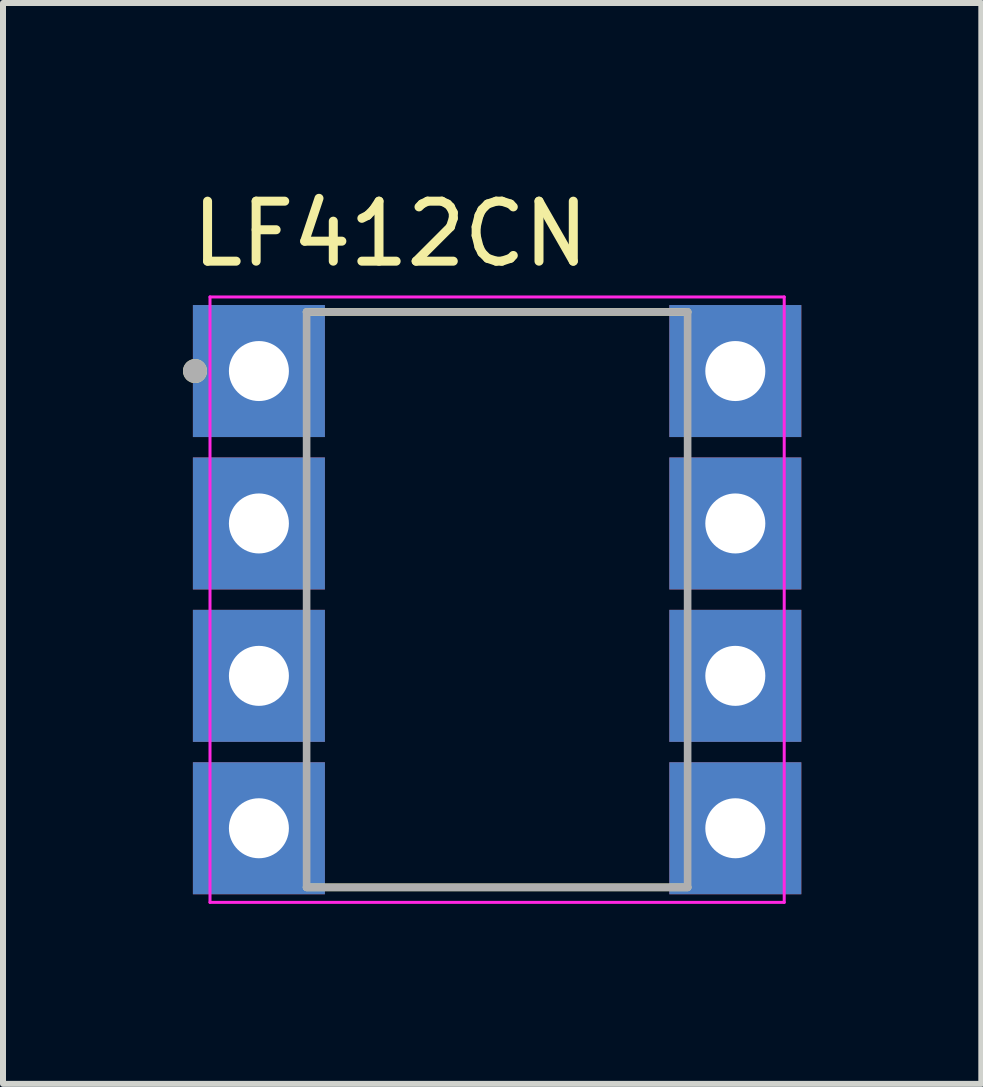
<source format=kicad_pcb>
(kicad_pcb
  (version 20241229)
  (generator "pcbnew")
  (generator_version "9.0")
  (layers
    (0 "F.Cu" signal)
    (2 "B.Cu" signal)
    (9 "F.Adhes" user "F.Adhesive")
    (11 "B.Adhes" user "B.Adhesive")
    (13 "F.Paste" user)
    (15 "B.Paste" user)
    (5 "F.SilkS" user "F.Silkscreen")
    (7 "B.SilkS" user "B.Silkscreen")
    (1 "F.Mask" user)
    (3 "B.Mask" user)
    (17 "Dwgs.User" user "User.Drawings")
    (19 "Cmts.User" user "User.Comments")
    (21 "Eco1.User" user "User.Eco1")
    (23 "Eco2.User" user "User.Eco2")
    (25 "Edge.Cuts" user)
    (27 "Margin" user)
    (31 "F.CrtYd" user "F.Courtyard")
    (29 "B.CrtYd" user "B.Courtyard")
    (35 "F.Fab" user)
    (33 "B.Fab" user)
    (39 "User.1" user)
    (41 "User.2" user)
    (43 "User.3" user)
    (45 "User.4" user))
  (footprint "LF412CN"
    (layer "F.Cu")
    (at 5.235 6.944)
    (property "Reference" "LF412CN" (at -1.778 -6.096 0) (layer "F.SilkS") (effects (font (size 1 1) (thickness 0.15))))
    (attr through_hole)
    (fp_line (start -3.175 -4.795) (end 3.175 -4.795) (stroke (width 0.127) (type solid)) (layer "F.SilkS"))
    (fp_line (start -3.175 4.795) (end 3.175 4.795) (stroke (width 0.127) (type solid)) (layer "F.SilkS"))
    (fp_circle (center -5.035 -3.81) (end -4.935 -3.81) (stroke (width 0.2) (type solid)) (fill no) (layer "F.SilkS"))
    (fp_line (start -4.785 -5.045) (end -4.785 5.045) (stroke (width 0.05) (type solid)) (layer "F.CrtYd"))
    (fp_line (start 4.785 -5.045) (end -4.785 -5.045) (stroke (width 0.05) (type solid)) (layer "F.CrtYd"))
    (fp_line (start 4.785 -5.045) (end 4.785 5.045) (stroke (width 0.05) (type solid)) (layer "F.CrtYd"))
    (fp_line (start 4.785 5.045) (end -4.785 5.045) (stroke (width 0.05) (type solid)) (layer "F.CrtYd"))
    (fp_line (start -3.175 -4.795) (end -3.175 4.795) (stroke (width 0.127) (type solid)) (layer "F.Fab"))
    (fp_line (start -3.175 -4.795) (end 3.175 -4.795) (stroke (width 0.127) (type solid)) (layer "F.Fab"))
    (fp_line (start -3.175 4.795) (end 3.175 4.795) (stroke (width 0.127) (type solid)) (layer "F.Fab"))
    (fp_line (start 3.175 -4.795) (end 3.175 4.795) (stroke (width 0.127) (type solid)) (layer "F.Fab"))
    (fp_circle (center -5.035 -3.81) (end -4.935 -3.81) (stroke (width 0.2) (type solid)) (fill no) (layer "F.Fab"))
    (pad "1" thru_hole rect (at -3.97 -3.81) (size 2.2 2.2) (drill 1) (layers "*.Cu" "*.Mask"))
    (pad "2" thru_hole rect (at -3.97 -1.27) (size 2.2 2.2) (drill 1) (layers "*.Cu" "*.Mask"))
    (pad "3" thru_hole rect (at -3.97 1.27) (size 2.2 2.2) (drill 1) (layers "*.Cu" "*.Mask"))
    (pad "4" thru_hole rect (at -3.97 3.81) (size 2.2 2.2) (drill 1) (layers "*.Cu" "*.Mask"))
    (pad "5" thru_hole rect (at 3.97 3.81) (size 2.2 2.2) (drill 1) (layers "*.Cu" "*.Mask"))
    (pad "6" thru_hole rect (at 3.97 1.27) (size 2.2 2.2) (drill 1) (layers "*.Cu" "*.Mask"))
    (pad "7" thru_hole rect (at 3.97 -1.27) (size 2.2 2.2) (drill 1) (layers "*.Cu" "*.Mask"))
    (pad "8" thru_hole rect (at 3.97 -3.81) (size 2.2 2.2) (drill 1) (layers "*.Cu" "*.Mask")))
  (gr_rect
    (start -3 -3)
    (end 13.305 15.014)
    (stroke (width 0.1) (type default))
    (fill no)
    (layer "Edge.Cuts")))
</source>
